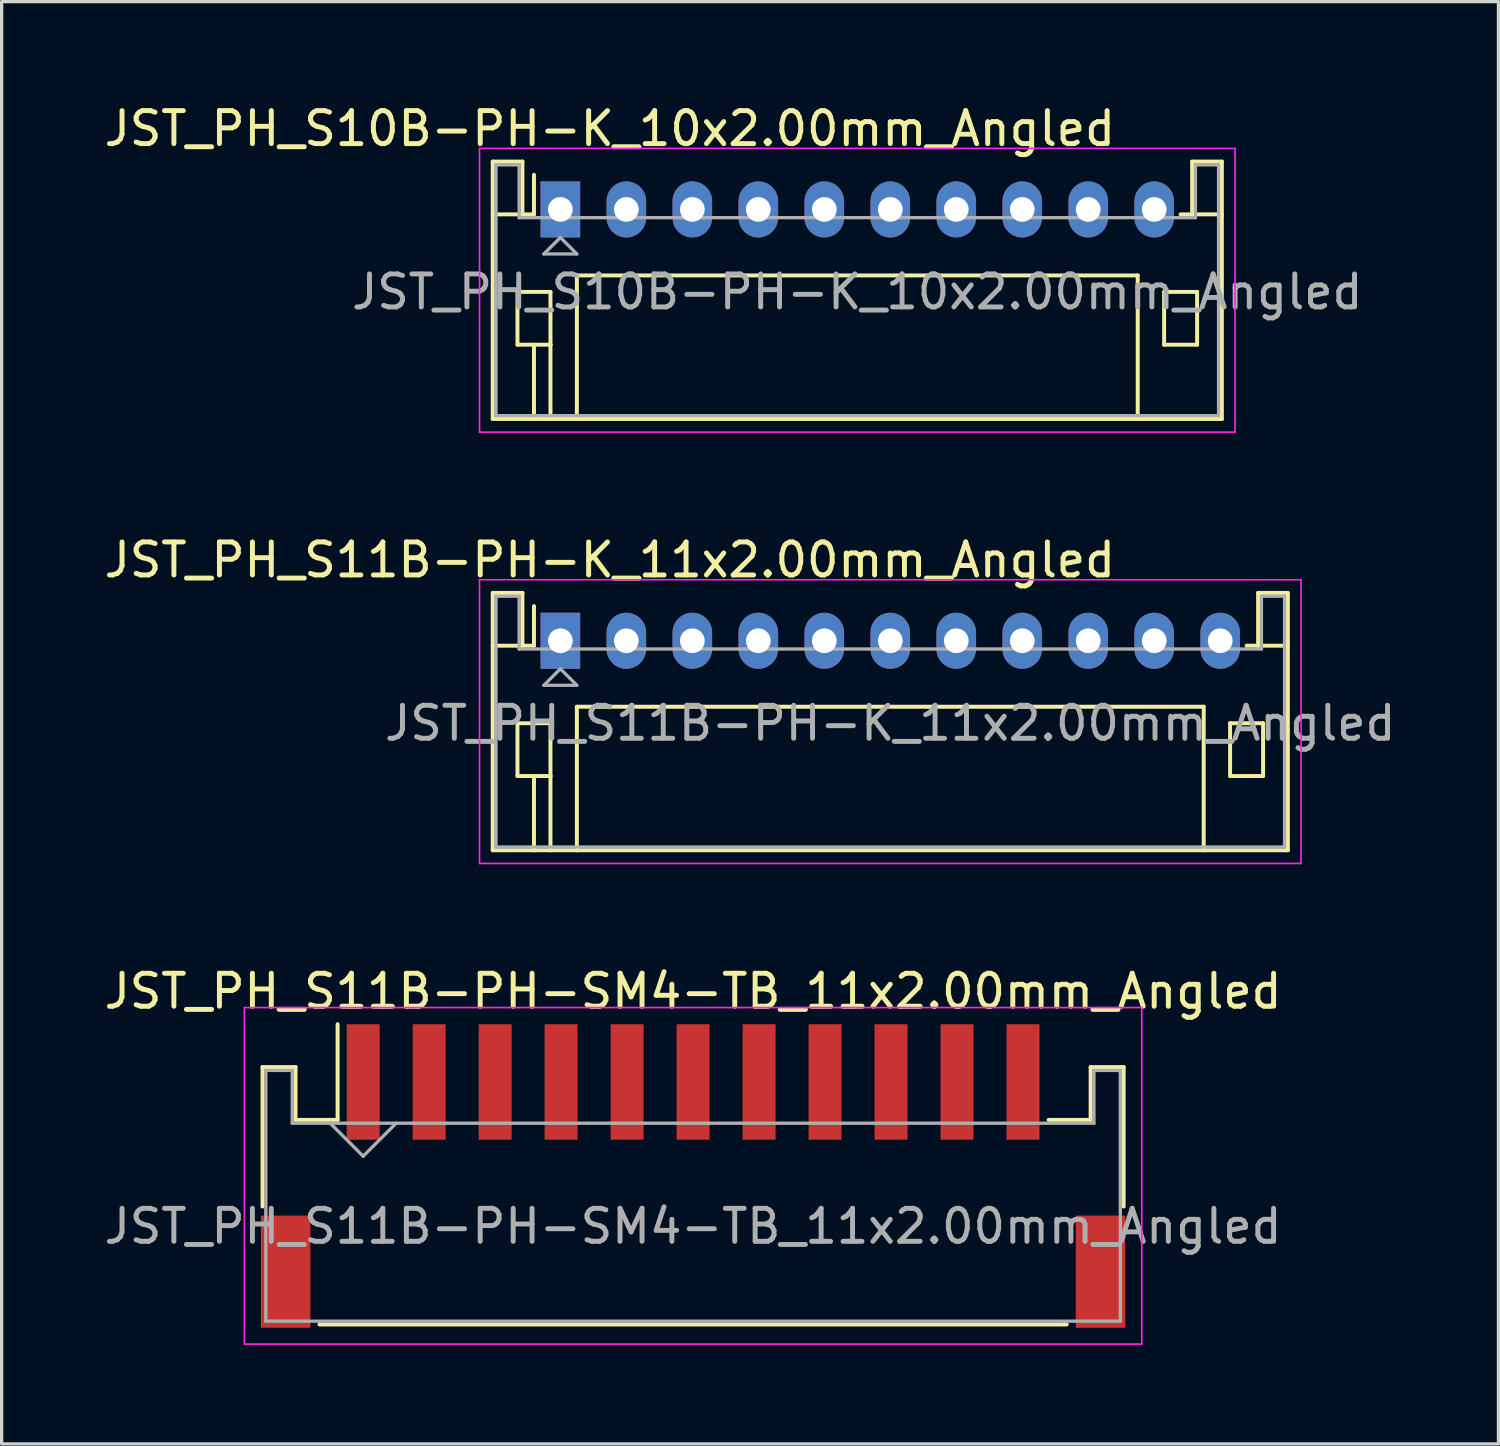
<source format=kicad_pcb>
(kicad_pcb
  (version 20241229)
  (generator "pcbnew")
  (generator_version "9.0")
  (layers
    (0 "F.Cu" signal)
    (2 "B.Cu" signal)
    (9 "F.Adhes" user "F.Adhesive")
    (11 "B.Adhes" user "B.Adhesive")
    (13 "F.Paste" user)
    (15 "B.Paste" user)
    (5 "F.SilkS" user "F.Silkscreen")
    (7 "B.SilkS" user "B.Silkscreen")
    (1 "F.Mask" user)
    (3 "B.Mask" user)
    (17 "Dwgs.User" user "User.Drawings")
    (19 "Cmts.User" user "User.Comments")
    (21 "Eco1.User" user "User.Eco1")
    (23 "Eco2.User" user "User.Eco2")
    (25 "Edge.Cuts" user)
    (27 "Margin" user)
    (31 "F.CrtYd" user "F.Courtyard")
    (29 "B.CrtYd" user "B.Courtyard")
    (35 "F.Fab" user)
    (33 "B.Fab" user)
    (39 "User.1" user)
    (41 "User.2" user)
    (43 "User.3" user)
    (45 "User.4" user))
  (footprint "JST_PH_S11B-PH-SM4-TB_11x2.00mm_Angled"
    (layer "F.Cu")
    (at 17.958 32.62)
    (property "Reference" "JST_PH_S11B-PH-SM4-TB_11x2.00mm_Angled" (at 0 -5.625 0) (layer "F.SilkS") (effects (font (size 1 1) (thickness 0.15))))
    (attr smd)
    (fp_line (start -13.05 -3.325) (end -13.05 0.9) (stroke (width 0.12) (type solid)) (layer "F.SilkS"))
    (fp_line (start -12.05 -3.325) (end -13.05 -3.325) (stroke (width 0.12) (type solid)) (layer "F.SilkS"))
    (fp_line (start -12.05 -1.725) (end -12.05 -3.325) (stroke (width 0.12) (type solid)) (layer "F.SilkS"))
    (fp_line (start -11.325 4.475) (end 11.325 4.475) (stroke (width 0.12) (type solid)) (layer "F.SilkS"))
    (fp_line (start -10.775 -1.725) (end -12.05 -1.725) (stroke (width 0.12) (type solid)) (layer "F.SilkS"))
    (fp_line (start -10.775 -1.725) (end -10.775 -4.625) (stroke (width 0.12) (type solid)) (layer "F.SilkS"))
    (fp_line (start 12.05 -3.325) (end 12.05 -1.725) (stroke (width 0.12) (type solid)) (layer "F.SilkS"))
    (fp_line (start 12.05 -1.725) (end 10.775 -1.725) (stroke (width 0.12) (type solid)) (layer "F.SilkS"))
    (fp_line (start 13.05 -3.325) (end 12.05 -3.325) (stroke (width 0.12) (type solid)) (layer "F.SilkS"))
    (fp_line (start 13.05 0.9) (end 13.05 -3.325) (stroke (width 0.12) (type solid)) (layer "F.SilkS"))
    (fp_line (start -13.6 -5.13) (end -13.6 5.07) (stroke (width 0.05) (type solid)) (layer "F.CrtYd"))
    (fp_line (start -13.6 5.07) (end 13.6 5.07) (stroke (width 0.05) (type solid)) (layer "F.CrtYd"))
    (fp_line (start 13.6 -5.13) (end -13.6 -5.13) (stroke (width 0.05) (type solid)) (layer "F.CrtYd"))
    (fp_line (start 13.6 5.07) (end 13.6 -5.13) (stroke (width 0.05) (type solid)) (layer "F.CrtYd"))
    (fp_line (start -12.95 -3.225) (end -12.95 4.375) (stroke (width 0.1) (type solid)) (layer "F.Fab"))
    (fp_line (start -12.95 4.375) (end 12.95 4.375) (stroke (width 0.1) (type solid)) (layer "F.Fab"))
    (fp_line (start -12.15 -3.225) (end -12.95 -3.225) (stroke (width 0.1) (type solid)) (layer "F.Fab"))
    (fp_line (start -12.15 -1.625) (end -12.15 -3.225) (stroke (width 0.1) (type solid)) (layer "F.Fab"))
    (fp_line (start -11 -1.625) (end -10 -0.625) (stroke (width 0.1) (type solid)) (layer "F.Fab"))
    (fp_line (start -10 -0.625) (end -9 -1.625) (stroke (width 0.1) (type solid)) (layer "F.Fab"))
    (fp_line (start 12.15 -3.225) (end 12.15 -1.625) (stroke (width 0.1) (type solid)) (layer "F.Fab"))
    (fp_line (start 12.15 -1.625) (end -12.15 -1.625) (stroke (width 0.1) (type solid)) (layer "F.Fab"))
    (fp_line (start 12.95 -3.225) (end 12.15 -3.225) (stroke (width 0.1) (type solid)) (layer "F.Fab"))
    (fp_line (start 12.95 4.375) (end 12.95 -3.225) (stroke (width 0.1) (type solid)) (layer "F.Fab"))
    (fp_text user "${REFERENCE}" (at 0 1.5 0) (layer "F.Fab") (effects (font (size 1 1) (thickness 0.15))))
    (pad "" smd rect (at -12.35 2.875) (size 1.5 3.4) (layers "F.Cu" "F.Mask" "F.Paste"))
    (pad "" smd rect (at 12.35 2.875) (size 1.5 3.4) (layers "F.Cu" "F.Mask" "F.Paste"))
    (pad "1" smd rect (at -10 -2.875) (size 1 3.5) (layers "F.Cu" "F.Mask" "F.Paste"))
    (pad "2" smd rect (at -8 -2.875) (size 1 3.5) (layers "F.Cu" "F.Mask" "F.Paste"))
    (pad "3" smd rect (at -6 -2.875) (size 1 3.5) (layers "F.Cu" "F.Mask" "F.Paste"))
    (pad "4" smd rect (at -4 -2.875) (size 1 3.5) (layers "F.Cu" "F.Mask" "F.Paste"))
    (pad "5" smd rect (at -2 -2.875) (size 1 3.5) (layers "F.Cu" "F.Mask" "F.Paste"))
    (pad "6" smd rect (at 0 -2.875) (size 1 3.5) (layers "F.Cu" "F.Mask" "F.Paste"))
    (pad "7" smd rect (at 2 -2.875) (size 1 3.5) (layers "F.Cu" "F.Mask" "F.Paste"))
    (pad "8" smd rect (at 4 -2.875) (size 1 3.5) (layers "F.Cu" "F.Mask" "F.Paste"))
    (pad "9" smd rect (at 6 -2.875) (size 1 3.5) (layers "F.Cu" "F.Mask" "F.Paste"))
    (pad "10" smd rect (at 8 -2.875) (size 1 3.5) (layers "F.Cu" "F.Mask" "F.Paste"))
    (pad "11" smd rect (at 10 -2.875) (size 1 3.5) (layers "F.Cu" "F.Mask" "F.Paste")))
  (footprint "JST_PH_S11B-PH-K_11x2.00mm_Angled"
    (layer "F.Cu")
    (at 13.935 16.372)
    (property "Reference" "JST_PH_S11B-PH-K_11x2.00mm_Angled" (at 1.5 -2.45 0) (layer "F.SilkS") (effects (font (size 1 1) (thickness 0.15))))
    (attr through_hole)
    (fp_line (start -2.05 -1.45) (end -2.05 6.35) (stroke (width 0.12) (type solid)) (layer "F.SilkS"))
    (fp_line (start -2.05 0.15) (end -1.15 0.15) (stroke (width 0.12) (type solid)) (layer "F.SilkS"))
    (fp_line (start -2.05 6.35) (end 22.05 6.35) (stroke (width 0.12) (type solid)) (layer "F.SilkS"))
    (fp_line (start -1.3 2.5) (end -1.3 4.1) (stroke (width 0.12) (type solid)) (layer "F.SilkS"))
    (fp_line (start -1.3 4.1) (end -0.3 4.1) (stroke (width 0.12) (type solid)) (layer "F.SilkS"))
    (fp_line (start -1.15 -1.45) (end -2.05 -1.45) (stroke (width 0.12) (type solid)) (layer "F.SilkS"))
    (fp_line (start -1.15 0.15) (end -1.15 -1.45) (stroke (width 0.12) (type solid)) (layer "F.SilkS"))
    (fp_line (start -0.8 0.15) (end -1.15 0.15) (stroke (width 0.12) (type solid)) (layer "F.SilkS"))
    (fp_line (start -0.8 0.15) (end -0.8 -1.05) (stroke (width 0.12) (type solid)) (layer "F.SilkS"))
    (fp_line (start -0.8 4.1) (end -0.8 6.35) (stroke (width 0.12) (type solid)) (layer "F.SilkS"))
    (fp_line (start -0.3 2.5) (end -1.3 2.5) (stroke (width 0.12) (type solid)) (layer "F.SilkS"))
    (fp_line (start -0.3 4.1) (end -0.3 2.5) (stroke (width 0.12) (type solid)) (layer "F.SilkS"))
    (fp_line (start -0.3 4.1) (end -0.3 6.35) (stroke (width 0.12) (type solid)) (layer "F.SilkS"))
    (fp_line (start 0.5 2) (end 19.5 2) (stroke (width 0.12) (type solid)) (layer "F.SilkS"))
    (fp_line (start 0.5 6.35) (end 0.5 2) (stroke (width 0.12) (type solid)) (layer "F.SilkS"))
    (fp_line (start 19.5 2) (end 19.5 6.35) (stroke (width 0.12) (type solid)) (layer "F.SilkS"))
    (fp_line (start 20.3 2.5) (end 21.3 2.5) (stroke (width 0.12) (type solid)) (layer "F.SilkS"))
    (fp_line (start 20.3 4.1) (end 20.3 2.5) (stroke (width 0.12) (type solid)) (layer "F.SilkS"))
    (fp_line (start 21.15 -1.45) (end 21.15 0.15) (stroke (width 0.12) (type solid)) (layer "F.SilkS"))
    (fp_line (start 21.15 0.15) (end 20.8 0.15) (stroke (width 0.12) (type solid)) (layer "F.SilkS"))
    (fp_line (start 21.3 2.5) (end 21.3 4.1) (stroke (width 0.12) (type solid)) (layer "F.SilkS"))
    (fp_line (start 21.3 4.1) (end 20.3 4.1) (stroke (width 0.12) (type solid)) (layer "F.SilkS"))
    (fp_line (start 22.05 -1.45) (end 21.15 -1.45) (stroke (width 0.12) (type solid)) (layer "F.SilkS"))
    (fp_line (start 22.05 0.15) (end 21.15 0.15) (stroke (width 0.12) (type solid)) (layer "F.SilkS"))
    (fp_line (start 22.05 6.35) (end 22.05 -1.45) (stroke (width 0.12) (type solid)) (layer "F.SilkS"))
    (fp_line (start -2.45 -1.85) (end -2.45 6.75) (stroke (width 0.05) (type solid)) (layer "F.CrtYd"))
    (fp_line (start -2.45 6.75) (end 22.45 6.75) (stroke (width 0.05) (type solid)) (layer "F.CrtYd"))
    (fp_line (start 22.45 -1.85) (end -2.45 -1.85) (stroke (width 0.05) (type solid)) (layer "F.CrtYd"))
    (fp_line (start 22.45 6.75) (end 22.45 -1.85) (stroke (width 0.05) (type solid)) (layer "F.CrtYd"))
    (fp_line (start -1.95 -1.35) (end -1.95 6.25) (stroke (width 0.1) (type solid)) (layer "F.Fab"))
    (fp_line (start -1.95 6.25) (end 21.95 6.25) (stroke (width 0.1) (type solid)) (layer "F.Fab"))
    (fp_line (start -1.25 -1.35) (end -1.95 -1.35) (stroke (width 0.1) (type solid)) (layer "F.Fab"))
    (fp_line (start -1.25 0.25) (end -1.25 -1.35) (stroke (width 0.1) (type solid)) (layer "F.Fab"))
    (fp_line (start -0.5 1.35) (end 0.5 1.35) (stroke (width 0.1) (type solid)) (layer "F.Fab"))
    (fp_line (start 0 0.85) (end -0.5 1.35) (stroke (width 0.1) (type solid)) (layer "F.Fab"))
    (fp_line (start 0.5 1.35) (end 0 0.85) (stroke (width 0.1) (type solid)) (layer "F.Fab"))
    (fp_line (start 21.25 -1.35) (end 21.25 0.25) (stroke (width 0.1) (type solid)) (layer "F.Fab"))
    (fp_line (start 21.25 0.25) (end -1.25 0.25) (stroke (width 0.1) (type solid)) (layer "F.Fab"))
    (fp_line (start 21.95 -1.35) (end 21.25 -1.35) (stroke (width 0.1) (type solid)) (layer "F.Fab"))
    (fp_line (start 21.95 6.25) (end 21.95 -1.35) (stroke (width 0.1) (type solid)) (layer "F.Fab"))
    (fp_text user "${REFERENCE}" (at 10 2.5 0) (layer "F.Fab") (effects (font (size 1 1) (thickness 0.15))))
    (pad "1" thru_hole rect (at 0 0) (size 1.2 1.7) (drill 0.75) (layers "*.Cu" "*.Mask"))
    (pad "2" thru_hole oval (at 2 0) (size 1.2 1.7) (drill 0.75) (layers "*.Cu" "*.Mask"))
    (pad "3" thru_hole oval (at 4 0) (size 1.2 1.7) (drill 0.75) (layers "*.Cu" "*.Mask"))
    (pad "4" thru_hole oval (at 6 0) (size 1.2 1.7) (drill 0.75) (layers "*.Cu" "*.Mask"))
    (pad "5" thru_hole oval (at 8 0) (size 1.2 1.7) (drill 0.75) (layers "*.Cu" "*.Mask"))
    (pad "6" thru_hole oval (at 10 0) (size 1.2 1.7) (drill 0.75) (layers "*.Cu" "*.Mask"))
    (pad "7" thru_hole oval (at 12 0) (size 1.2 1.7) (drill 0.75) (layers "*.Cu" "*.Mask"))
    (pad "8" thru_hole oval (at 14 0) (size 1.2 1.7) (drill 0.75) (layers "*.Cu" "*.Mask"))
    (pad "9" thru_hole oval (at 16 0) (size 1.2 1.7) (drill 0.75) (layers "*.Cu" "*.Mask"))
    (pad "10" thru_hole oval (at 18 0) (size 1.2 1.7) (drill 0.75) (layers "*.Cu" "*.Mask"))
    (pad "11" thru_hole oval (at 20 0) (size 1.2 1.7) (drill 0.75) (layers "*.Cu" "*.Mask")))
  (footprint "JST_PH_S10B-PH-K_10x2.00mm_Angled"
    (layer "F.Cu")
    (at 13.935 3.298)
    (property "Reference" "JST_PH_S10B-PH-K_10x2.00mm_Angled" (at 1.5 -2.45 0) (layer "F.SilkS") (effects (font (size 1 1) (thickness 0.15))))
    (attr through_hole)
    (fp_line (start -2.05 -1.45) (end -2.05 6.35) (stroke (width 0.12) (type solid)) (layer "F.SilkS"))
    (fp_line (start -2.05 0.15) (end -1.15 0.15) (stroke (width 0.12) (type solid)) (layer "F.SilkS"))
    (fp_line (start -2.05 6.35) (end 20.05 6.35) (stroke (width 0.12) (type solid)) (layer "F.SilkS"))
    (fp_line (start -1.3 2.5) (end -1.3 4.1) (stroke (width 0.12) (type solid)) (layer "F.SilkS"))
    (fp_line (start -1.3 4.1) (end -0.3 4.1) (stroke (width 0.12) (type solid)) (layer "F.SilkS"))
    (fp_line (start -1.15 -1.45) (end -2.05 -1.45) (stroke (width 0.12) (type solid)) (layer "F.SilkS"))
    (fp_line (start -1.15 0.15) (end -1.15 -1.45) (stroke (width 0.12) (type solid)) (layer "F.SilkS"))
    (fp_line (start -0.8 0.15) (end -1.15 0.15) (stroke (width 0.12) (type solid)) (layer "F.SilkS"))
    (fp_line (start -0.8 0.15) (end -0.8 -1.05) (stroke (width 0.12) (type solid)) (layer "F.SilkS"))
    (fp_line (start -0.8 4.1) (end -0.8 6.35) (stroke (width 0.12) (type solid)) (layer "F.SilkS"))
    (fp_line (start -0.3 2.5) (end -1.3 2.5) (stroke (width 0.12) (type solid)) (layer "F.SilkS"))
    (fp_line (start -0.3 4.1) (end -0.3 2.5) (stroke (width 0.12) (type solid)) (layer "F.SilkS"))
    (fp_line (start -0.3 4.1) (end -0.3 6.35) (stroke (width 0.12) (type solid)) (layer "F.SilkS"))
    (fp_line (start 0.5 2) (end 17.5 2) (stroke (width 0.12) (type solid)) (layer "F.SilkS"))
    (fp_line (start 0.5 6.35) (end 0.5 2) (stroke (width 0.12) (type solid)) (layer "F.SilkS"))
    (fp_line (start 17.5 2) (end 17.5 6.35) (stroke (width 0.12) (type solid)) (layer "F.SilkS"))
    (fp_line (start 18.3 2.5) (end 19.3 2.5) (stroke (width 0.12) (type solid)) (layer "F.SilkS"))
    (fp_line (start 18.3 4.1) (end 18.3 2.5) (stroke (width 0.12) (type solid)) (layer "F.SilkS"))
    (fp_line (start 19.15 -1.45) (end 19.15 0.15) (stroke (width 0.12) (type solid)) (layer "F.SilkS"))
    (fp_line (start 19.15 0.15) (end 18.8 0.15) (stroke (width 0.12) (type solid)) (layer "F.SilkS"))
    (fp_line (start 19.3 2.5) (end 19.3 4.1) (stroke (width 0.12) (type solid)) (layer "F.SilkS"))
    (fp_line (start 19.3 4.1) (end 18.3 4.1) (stroke (width 0.12) (type solid)) (layer "F.SilkS"))
    (fp_line (start 20.05 -1.45) (end 19.15 -1.45) (stroke (width 0.12) (type solid)) (layer "F.SilkS"))
    (fp_line (start 20.05 0.15) (end 19.15 0.15) (stroke (width 0.12) (type solid)) (layer "F.SilkS"))
    (fp_line (start 20.05 6.35) (end 20.05 -1.45) (stroke (width 0.12) (type solid)) (layer "F.SilkS"))
    (fp_line (start -2.45 -1.85) (end -2.45 6.75) (stroke (width 0.05) (type solid)) (layer "F.CrtYd"))
    (fp_line (start -2.45 6.75) (end 20.45 6.75) (stroke (width 0.05) (type solid)) (layer "F.CrtYd"))
    (fp_line (start 20.45 -1.85) (end -2.45 -1.85) (stroke (width 0.05) (type solid)) (layer "F.CrtYd"))
    (fp_line (start 20.45 6.75) (end 20.45 -1.85) (stroke (width 0.05) (type solid)) (layer "F.CrtYd"))
    (fp_line (start -1.95 -1.35) (end -1.95 6.25) (stroke (width 0.1) (type solid)) (layer "F.Fab"))
    (fp_line (start -1.95 6.25) (end 19.95 6.25) (stroke (width 0.1) (type solid)) (layer "F.Fab"))
    (fp_line (start -1.25 -1.35) (end -1.95 -1.35) (stroke (width 0.1) (type solid)) (layer "F.Fab"))
    (fp_line (start -1.25 0.25) (end -1.25 -1.35) (stroke (width 0.1) (type solid)) (layer "F.Fab"))
    (fp_line (start -0.5 1.35) (end 0.5 1.35) (stroke (width 0.1) (type solid)) (layer "F.Fab"))
    (fp_line (start 0 0.85) (end -0.5 1.35) (stroke (width 0.1) (type solid)) (layer "F.Fab"))
    (fp_line (start 0.5 1.35) (end 0 0.85) (stroke (width 0.1) (type solid)) (layer "F.Fab"))
    (fp_line (start 19.25 -1.35) (end 19.25 0.25) (stroke (width 0.1) (type solid)) (layer "F.Fab"))
    (fp_line (start 19.25 0.25) (end -1.25 0.25) (stroke (width 0.1) (type solid)) (layer "F.Fab"))
    (fp_line (start 19.95 -1.35) (end 19.25 -1.35) (stroke (width 0.1) (type solid)) (layer "F.Fab"))
    (fp_line (start 19.95 6.25) (end 19.95 -1.35) (stroke (width 0.1) (type solid)) (layer "F.Fab"))
    (fp_text user "${REFERENCE}" (at 9 2.5 0) (layer "F.Fab") (effects (font (size 1 1) (thickness 0.15))))
    (pad "1" thru_hole rect (at 0 0) (size 1.2 1.7) (drill 0.75) (layers "*.Cu" "*.Mask"))
    (pad "2" thru_hole oval (at 2 0) (size 1.2 1.7) (drill 0.75) (layers "*.Cu" "*.Mask"))
    (pad "3" thru_hole oval (at 4 0) (size 1.2 1.7) (drill 0.75) (layers "*.Cu" "*.Mask"))
    (pad "4" thru_hole oval (at 6 0) (size 1.2 1.7) (drill 0.75) (layers "*.Cu" "*.Mask"))
    (pad "5" thru_hole oval (at 8 0) (size 1.2 1.7) (drill 0.75) (layers "*.Cu" "*.Mask"))
    (pad "6" thru_hole oval (at 10 0) (size 1.2 1.7) (drill 0.75) (layers "*.Cu" "*.Mask"))
    (pad "7" thru_hole oval (at 12 0) (size 1.2 1.7) (drill 0.75) (layers "*.Cu" "*.Mask"))
    (pad "8" thru_hole oval (at 14 0) (size 1.2 1.7) (drill 0.75) (layers "*.Cu" "*.Mask"))
    (pad "9" thru_hole oval (at 16 0) (size 1.2 1.7) (drill 0.75) (layers "*.Cu" "*.Mask"))
    (pad "10" thru_hole oval (at 18 0) (size 1.2 1.7) (drill 0.75) (layers "*.Cu" "*.Mask")))
  (gr_rect
    (start -3 -3)
    (end 42.369 40.715)
    (stroke (width 0.1) (type default))
    (fill no)
    (layer "Edge.Cuts")))
</source>
